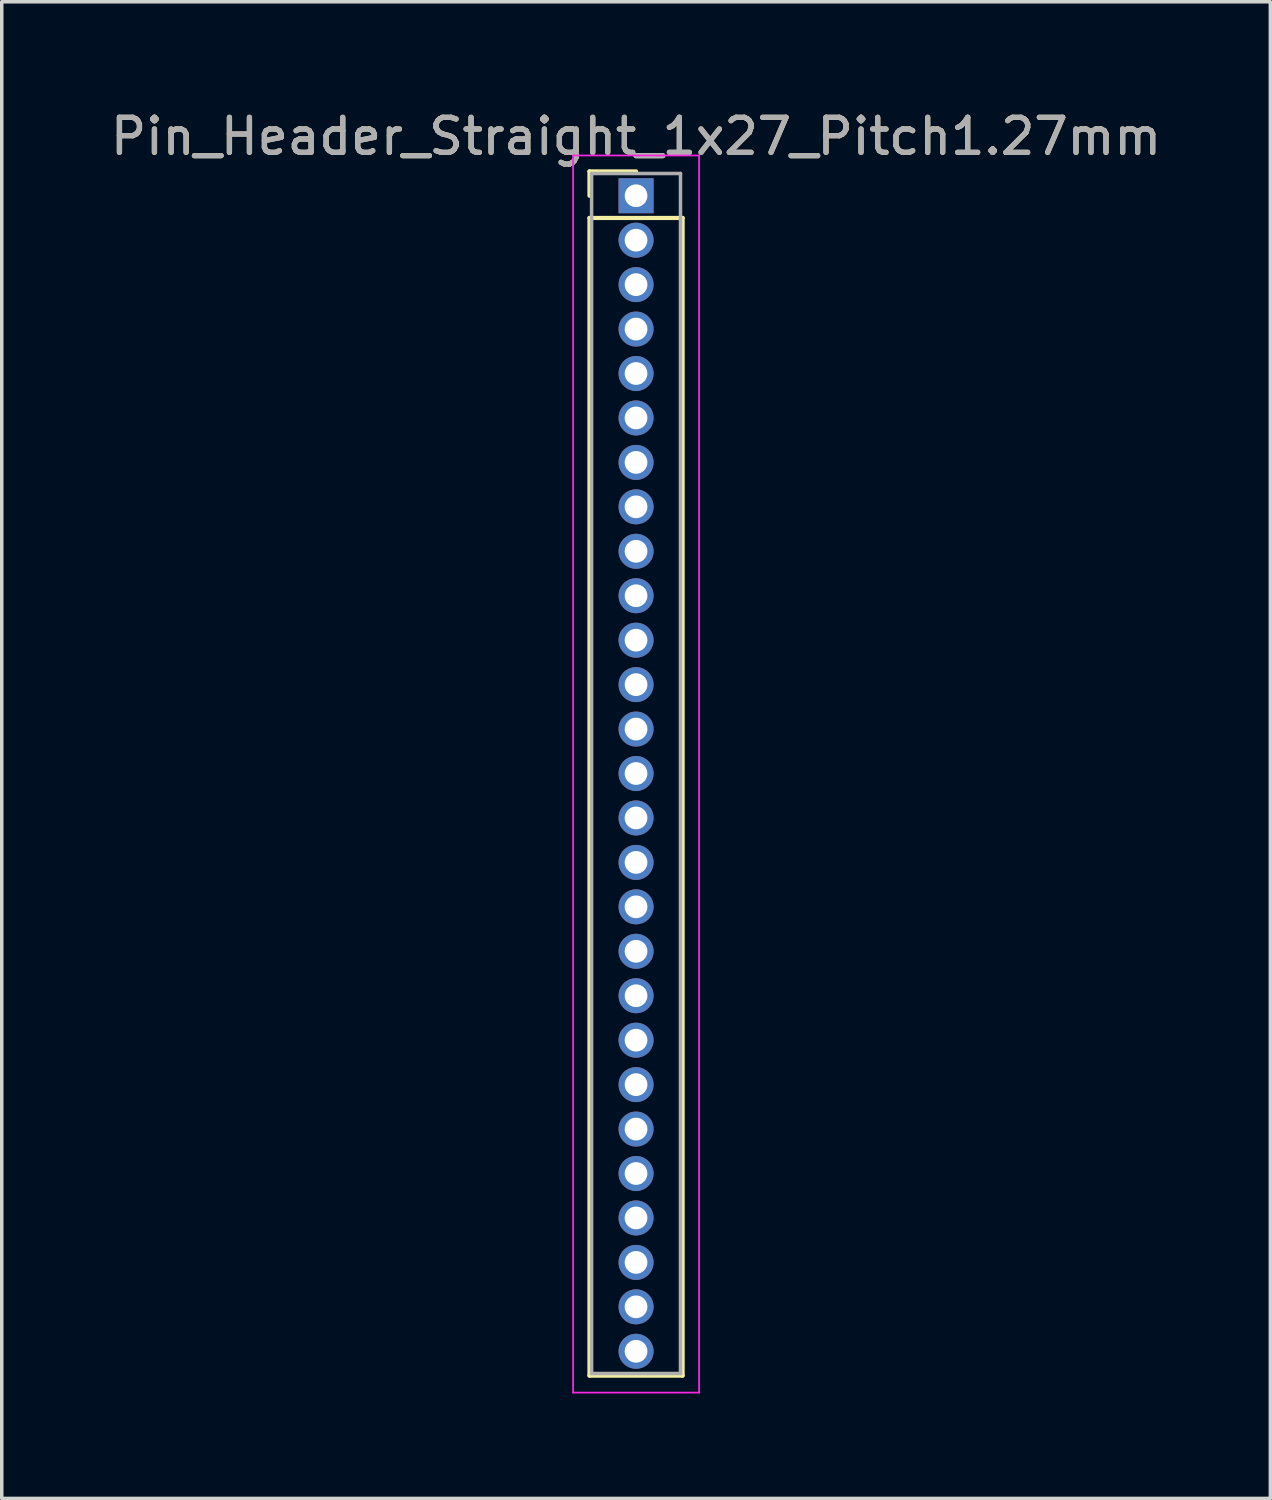
<source format=kicad_pcb>
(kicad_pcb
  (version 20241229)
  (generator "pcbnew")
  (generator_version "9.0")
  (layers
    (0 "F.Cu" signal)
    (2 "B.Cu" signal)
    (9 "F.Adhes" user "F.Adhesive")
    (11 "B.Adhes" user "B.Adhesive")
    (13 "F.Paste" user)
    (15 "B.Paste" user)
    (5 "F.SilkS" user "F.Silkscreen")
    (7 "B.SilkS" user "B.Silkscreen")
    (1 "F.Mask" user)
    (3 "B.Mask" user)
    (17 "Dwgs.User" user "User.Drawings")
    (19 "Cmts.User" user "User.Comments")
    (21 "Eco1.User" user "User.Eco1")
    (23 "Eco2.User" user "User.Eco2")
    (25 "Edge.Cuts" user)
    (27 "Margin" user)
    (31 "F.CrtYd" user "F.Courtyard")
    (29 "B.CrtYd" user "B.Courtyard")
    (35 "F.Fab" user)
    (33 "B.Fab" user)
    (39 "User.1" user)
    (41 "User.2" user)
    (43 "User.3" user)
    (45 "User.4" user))
  (footprint "Pin_Header_Straight_1x27_Pitch1.27mm"
    (layer "F.Cu")
    (at 15.125 2.543)
    (property "Reference" "Pin_Header_Straight_1x27_Pitch1.27mm" (at 0 -1.695 0) (layer "F.SilkS") (effects (font (size 1 1) (thickness 0.15))))
    (attr through_hole)
    (fp_line (start -1.33 -0.695) (end 0 -0.695) (stroke (width 0.12) (type solid)) (layer "F.SilkS"))
    (fp_line (start -1.33 0) (end -1.33 -0.695) (stroke (width 0.12) (type solid)) (layer "F.SilkS"))
    (fp_line (start -1.33 0.635) (end -1.33 33.715) (stroke (width 0.12) (type solid)) (layer "F.SilkS"))
    (fp_line (start -1.33 33.715) (end 1.33 33.715) (stroke (width 0.12) (type solid)) (layer "F.SilkS"))
    (fp_line (start 1.33 0.635) (end -1.33 0.635) (stroke (width 0.12) (type solid)) (layer "F.SilkS"))
    (fp_line (start 1.33 33.715) (end 1.33 0.635) (stroke (width 0.12) (type solid)) (layer "F.SilkS"))
    (fp_line (start -1.8 -1.15) (end -1.8 34.2) (stroke (width 0.05) (type solid)) (layer "F.CrtYd"))
    (fp_line (start -1.8 34.2) (end 1.8 34.2) (stroke (width 0.05) (type solid)) (layer "F.CrtYd"))
    (fp_line (start 1.8 -1.15) (end -1.8 -1.15) (stroke (width 0.05) (type solid)) (layer "F.CrtYd"))
    (fp_line (start 1.8 34.2) (end 1.8 -1.15) (stroke (width 0.05) (type solid)) (layer "F.CrtYd"))
    (fp_line (start -1.27 -0.635) (end -1.27 33.655) (stroke (width 0.1) (type solid)) (layer "F.Fab"))
    (fp_line (start -1.27 33.655) (end 1.27 33.655) (stroke (width 0.1) (type solid)) (layer "F.Fab"))
    (fp_line (start 1.27 -0.635) (end -1.27 -0.635) (stroke (width 0.1) (type solid)) (layer "F.Fab"))
    (fp_line (start 1.27 33.655) (end 1.27 -0.635) (stroke (width 0.1) (type solid)) (layer "F.Fab"))
    (fp_text user "${REFERENCE}" (at 0 -1.695 0) (layer "F.Fab") (effects (font (size 1 1) (thickness 0.15))))
    (pad "1" thru_hole rect (at 0 0) (size 1 1) (drill 0.65) (layers "*.Cu" "*.Mask"))
    (pad "2" thru_hole oval (at 0 1.27) (size 1 1) (drill 0.65) (layers "*.Cu" "*.Mask"))
    (pad "3" thru_hole oval (at 0 2.54) (size 1 1) (drill 0.65) (layers "*.Cu" "*.Mask"))
    (pad "4" thru_hole oval (at 0 3.81) (size 1 1) (drill 0.65) (layers "*.Cu" "*.Mask"))
    (pad "5" thru_hole oval (at 0 5.08) (size 1 1) (drill 0.65) (layers "*.Cu" "*.Mask"))
    (pad "6" thru_hole oval (at 0 6.35) (size 1 1) (drill 0.65) (layers "*.Cu" "*.Mask"))
    (pad "7" thru_hole oval (at 0 7.62) (size 1 1) (drill 0.65) (layers "*.Cu" "*.Mask"))
    (pad "8" thru_hole oval (at 0 8.89) (size 1 1) (drill 0.65) (layers "*.Cu" "*.Mask"))
    (pad "9" thru_hole oval (at 0 10.16) (size 1 1) (drill 0.65) (layers "*.Cu" "*.Mask"))
    (pad "10" thru_hole oval (at 0 11.43) (size 1 1) (drill 0.65) (layers "*.Cu" "*.Mask"))
    (pad "11" thru_hole oval (at 0 12.7) (size 1 1) (drill 0.65) (layers "*.Cu" "*.Mask"))
    (pad "12" thru_hole oval (at 0 13.97) (size 1 1) (drill 0.65) (layers "*.Cu" "*.Mask"))
    (pad "13" thru_hole oval (at 0 15.24) (size 1 1) (drill 0.65) (layers "*.Cu" "*.Mask"))
    (pad "14" thru_hole oval (at 0 16.51) (size 1 1) (drill 0.65) (layers "*.Cu" "*.Mask"))
    (pad "15" thru_hole oval (at 0 17.78) (size 1 1) (drill 0.65) (layers "*.Cu" "*.Mask"))
    (pad "16" thru_hole oval (at 0 19.05) (size 1 1) (drill 0.65) (layers "*.Cu" "*.Mask"))
    (pad "17" thru_hole oval (at 0 20.32) (size 1 1) (drill 0.65) (layers "*.Cu" "*.Mask"))
    (pad "18" thru_hole oval (at 0 21.59) (size 1 1) (drill 0.65) (layers "*.Cu" "*.Mask"))
    (pad "19" thru_hole oval (at 0 22.86) (size 1 1) (drill 0.65) (layers "*.Cu" "*.Mask"))
    (pad "20" thru_hole oval (at 0 24.13) (size 1 1) (drill 0.65) (layers "*.Cu" "*.Mask"))
    (pad "21" thru_hole oval (at 0 25.4) (size 1 1) (drill 0.65) (layers "*.Cu" "*.Mask"))
    (pad "22" thru_hole oval (at 0 26.67) (size 1 1) (drill 0.65) (layers "*.Cu" "*.Mask"))
    (pad "23" thru_hole oval (at 0 27.94) (size 1 1) (drill 0.65) (layers "*.Cu" "*.Mask"))
    (pad "24" thru_hole oval (at 0 29.21) (size 1 1) (drill 0.65) (layers "*.Cu" "*.Mask"))
    (pad "25" thru_hole oval (at 0 30.48) (size 1 1) (drill 0.65) (layers "*.Cu" "*.Mask"))
    (pad "26" thru_hole oval (at 0 31.75) (size 1 1) (drill 0.65) (layers "*.Cu" "*.Mask"))
    (pad "27" thru_hole oval (at 0 33.02) (size 1 1) (drill 0.65) (layers "*.Cu" "*.Mask")))
  (gr_rect
    (start -3 -3)
    (end 33.25 39.768)
    (stroke (width 0.1) (type default))
    (fill no)
    (layer "Edge.Cuts")))
</source>
